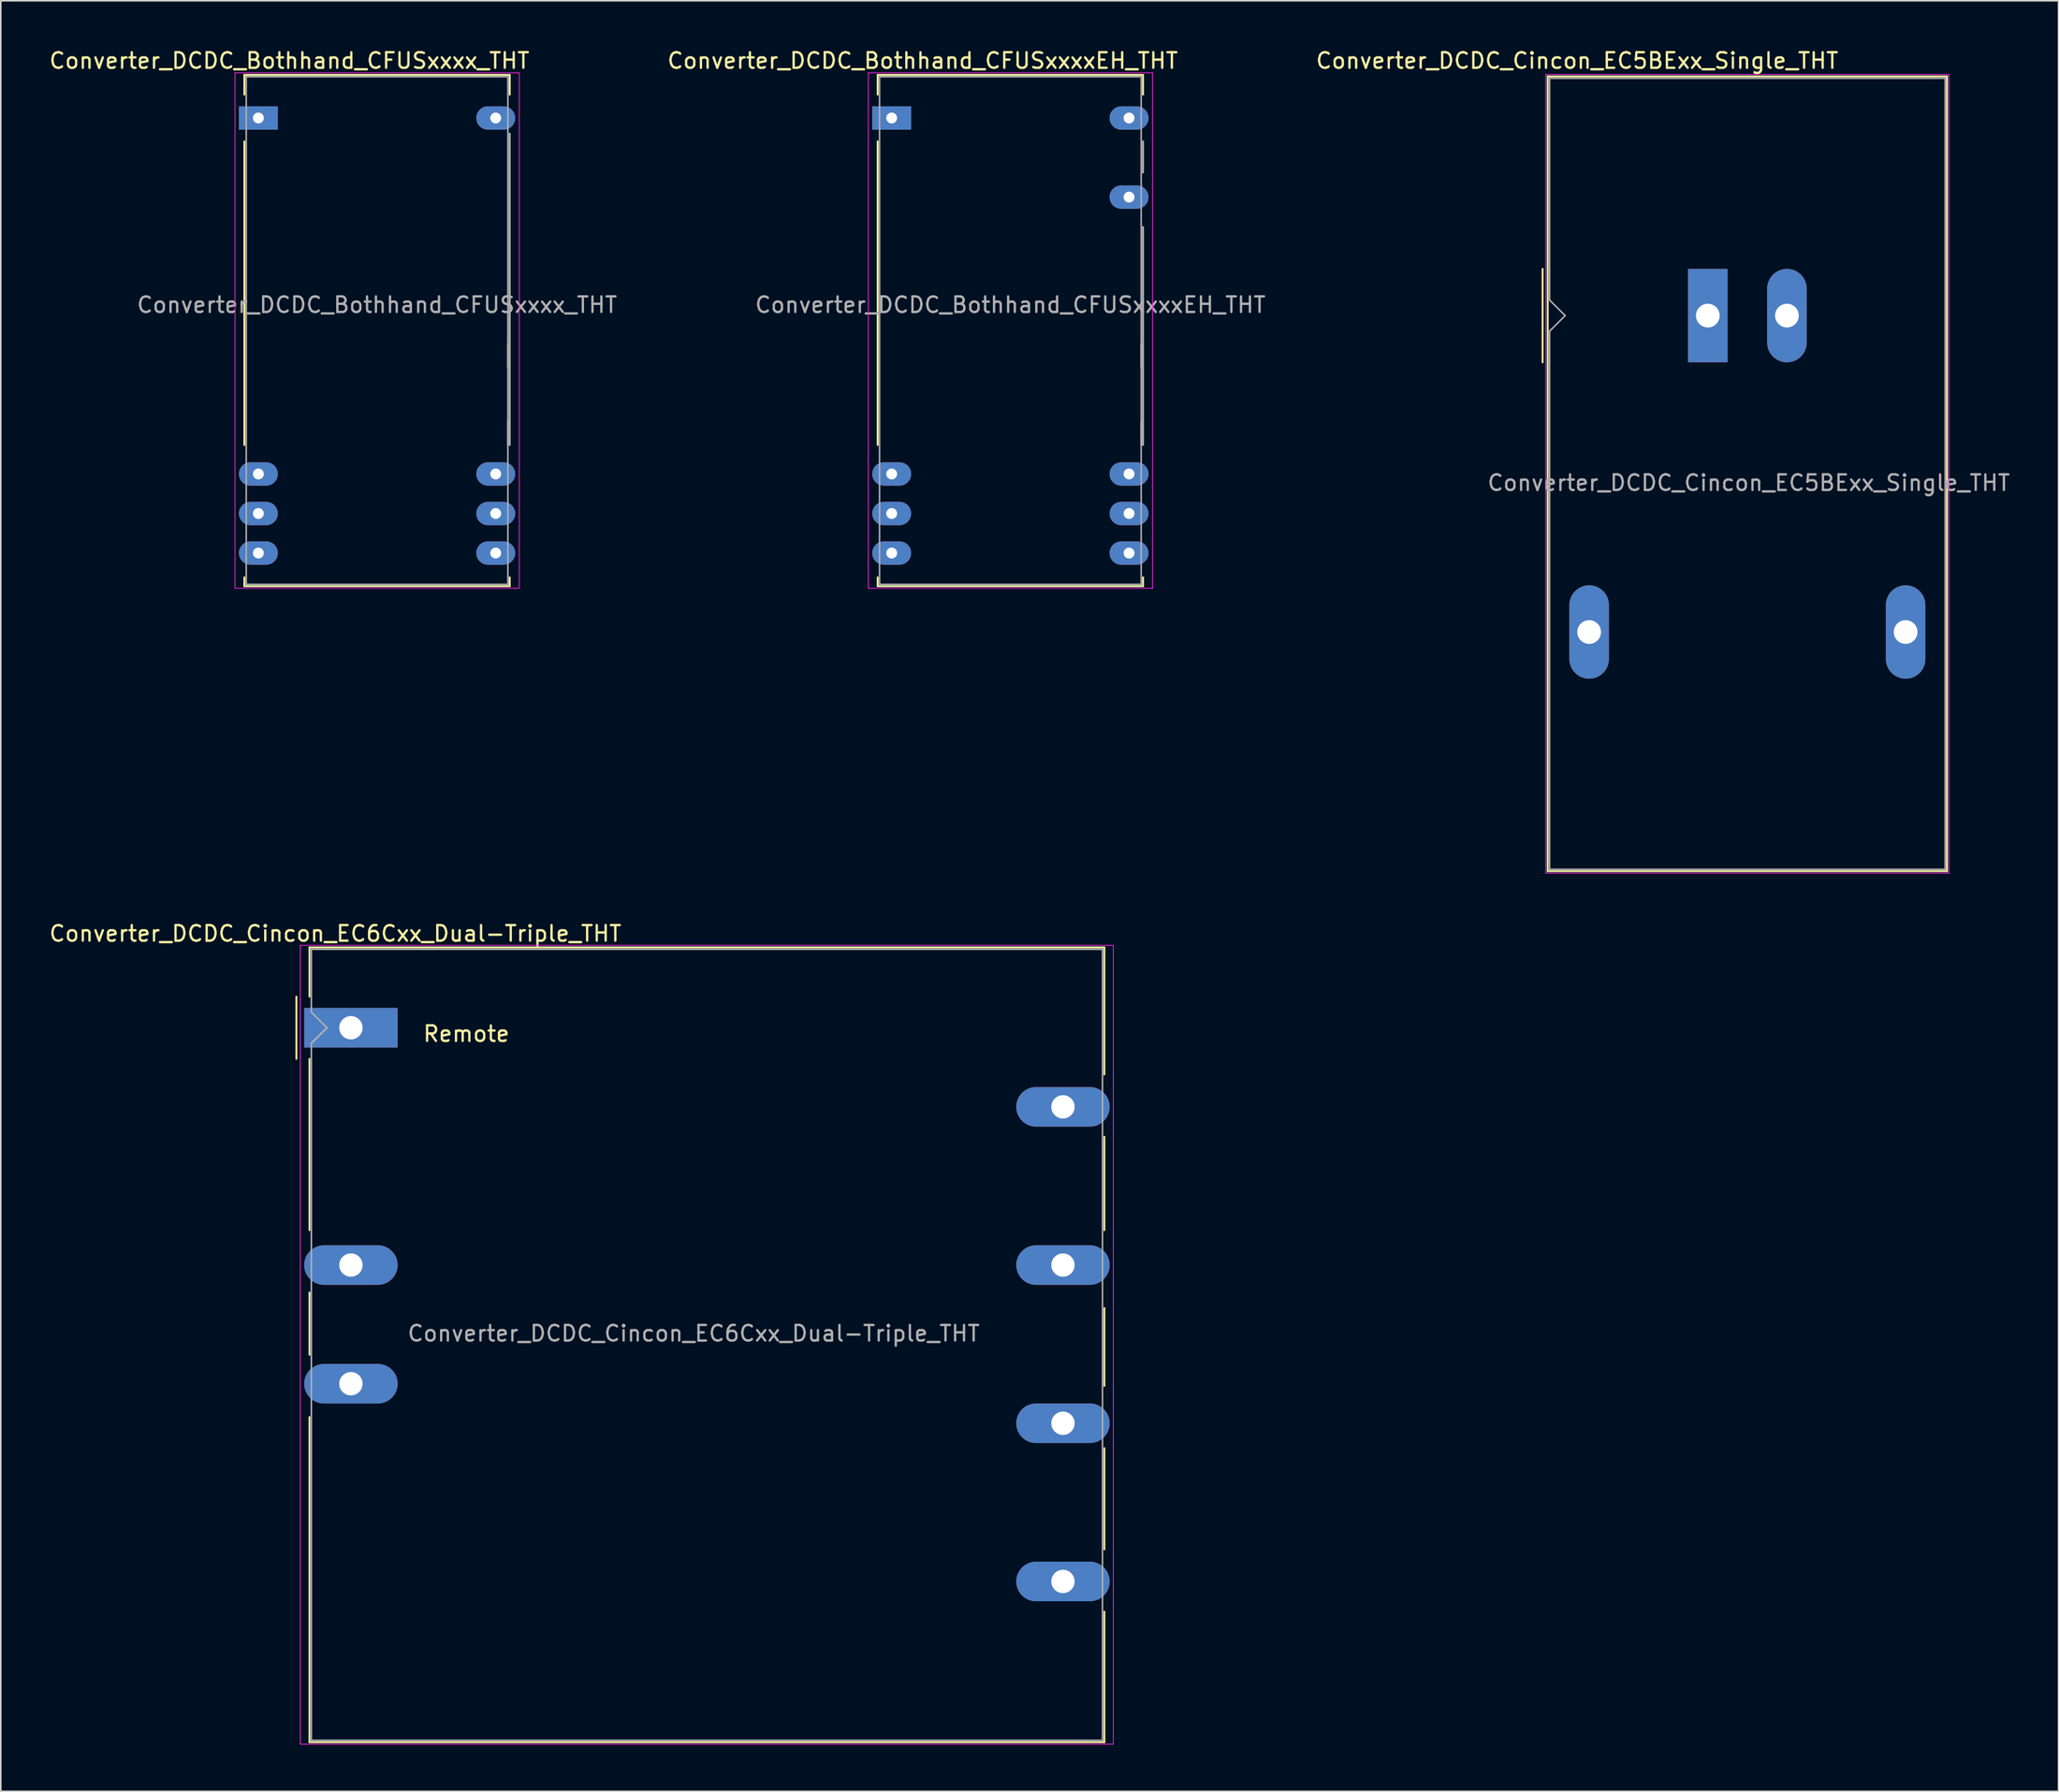
<source format=kicad_pcb>
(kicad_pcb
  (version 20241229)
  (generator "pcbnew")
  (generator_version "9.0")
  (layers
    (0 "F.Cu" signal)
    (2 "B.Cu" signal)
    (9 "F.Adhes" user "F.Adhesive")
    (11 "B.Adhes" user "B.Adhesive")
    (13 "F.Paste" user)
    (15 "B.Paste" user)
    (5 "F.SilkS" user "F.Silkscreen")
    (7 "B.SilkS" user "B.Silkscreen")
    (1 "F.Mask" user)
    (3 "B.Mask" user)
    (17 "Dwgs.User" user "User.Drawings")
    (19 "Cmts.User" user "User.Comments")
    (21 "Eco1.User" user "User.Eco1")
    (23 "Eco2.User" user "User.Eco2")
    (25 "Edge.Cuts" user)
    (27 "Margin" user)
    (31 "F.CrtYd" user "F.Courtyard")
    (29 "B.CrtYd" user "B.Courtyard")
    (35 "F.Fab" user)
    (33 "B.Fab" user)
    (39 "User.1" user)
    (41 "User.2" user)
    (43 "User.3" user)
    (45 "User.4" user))
  (footprint "Converter_DCDC_Bothhand_CFUSxxxxEH_THT"
    (layer "F.Cu")
    (at 54.205 4.528)
    (property "Reference" "Converter_DCDC_Bothhand_CFUSxxxxEH_THT" (at 1.99 -3.68 0) (layer "F.SilkS") (effects (font (size 1 1) (thickness 0.15))))
    (attr through_hole)
    (fp_line (start -0.9 -2.77) (end 16.14 -2.77) (stroke (width 0.12) (type solid)) (layer "F.SilkS"))
    (fp_line (start -0.9 -1.5) (end -0.9 -2.77) (stroke (width 0.12) (type solid)) (layer "F.SilkS"))
    (fp_line (start -0.9 1.5) (end -0.9 21) (stroke (width 0.12) (type solid)) (layer "F.SilkS"))
    (fp_line (start -0.9 29.5) (end -0.9 30.07) (stroke (width 0.12) (type solid)) (layer "F.SilkS"))
    (fp_line (start -0.9 30.07) (end 16.14 30.07) (stroke (width 0.12) (type solid)) (layer "F.SilkS"))
    (fp_line (start 16.14 -2.77) (end 16.14 -1.5) (stroke (width 0.12) (type solid)) (layer "F.SilkS"))
    (fp_line (start 16.14 30.07) (end 16.14 29.5) (stroke (width 0.12) (type solid)) (layer "F.SilkS"))
    (fp_line (start -1.5 -2.9) (end -1.5 30.2) (stroke (width 0.05) (type solid)) (layer "F.CrtYd"))
    (fp_line (start -1.5 -2.9) (end 16.75 -2.9) (stroke (width 0.05) (type solid)) (layer "F.CrtYd"))
    (fp_line (start -1.5 30.2) (end 16.75 30.2) (stroke (width 0.05) (type solid)) (layer "F.CrtYd"))
    (fp_line (start 16.75 -2.9) (end 16.75 30.2) (stroke (width 0.05) (type solid)) (layer "F.CrtYd"))
    (fp_line (start -0.78 -2.65) (end 16.02 -2.65) (stroke (width 0.1) (type solid)) (layer "F.Fab"))
    (fp_line (start -0.78 29.95) (end -0.78 -2.65) (stroke (width 0.1) (type solid)) (layer "F.Fab"))
    (fp_line (start 16.02 -2.65) (end 16.02 29.95) (stroke (width 0.1) (type solid)) (layer "F.Fab"))
    (fp_line (start 16.02 14.5) (end 16.02 16) (stroke (width 0.1) (type solid)) (layer "F.Fab"))
    (fp_line (start 16.02 19.5) (end 16.02 21) (stroke (width 0.1) (type solid)) (layer "F.Fab"))
    (fp_line (start 16.02 29.95) (end -0.78 29.95) (stroke (width 0.1) (type solid)) (layer "F.Fab"))
    (fp_line (start 16.14 1.5) (end 16.14 3.5) (stroke (width 0.12) (type solid)) (layer "F.Fab"))
    (fp_line (start 16.14 7) (end 16.14 21) (stroke (width 0.12) (type solid)) (layer "F.Fab"))
    (fp_text user "${REFERENCE}" (at 7.62 12 0) (layer "F.Fab") (effects (font (size 1 1) (thickness 0.15))))
    (pad "1" thru_hole rect (at 0 0) (size 2.5 1.5) (drill 0.7) (layers "*.Cu" "*.Mask"))
    (pad "10" thru_hole oval (at 0 22.86) (size 2.5 1.5) (drill 0.7) (layers "*.Cu" "*.Mask"))
    (pad "11" thru_hole oval (at 0 25.4) (size 2.5 1.5) (drill 0.7) (layers "*.Cu" "*.Mask"))
    (pad "12" thru_hole oval (at 0 27.94) (size 2.5 1.5) (drill 0.7) (layers "*.Cu" "*.Mask"))
    (pad "13" thru_hole oval (at 15.24 27.94) (size 2.5 1.5) (drill 0.7) (layers "*.Cu" "*.Mask"))
    (pad "14" thru_hole oval (at 15.24 25.4) (size 2.5 1.5) (drill 0.7) (layers "*.Cu" "*.Mask"))
    (pad "15" thru_hole oval (at 15.24 22.86) (size 2.5 1.5) (drill 0.7) (layers "*.Cu" "*.Mask"))
    (pad "22" thru_hole oval (at 15.24 5.08) (size 2.5 1.5) (drill 0.7) (layers "*.Cu" "*.Mask"))
    (pad "24" thru_hole oval (at 15.24 0) (size 2.5 1.5) (drill 0.7) (layers "*.Cu" "*.Mask")))
  (footprint "Converter_DCDC_Cincon_EC6Cxx_Dual-Triple_THT"
    (layer "F.Cu")
    (at 19.482 62.952)
    (property "Reference" "Converter_DCDC_Cincon_EC6Cxx_Dual-Triple_THT" (at -1 -6.05 0) (layer "F.SilkS") (effects (font (size 1 1) (thickness 0.15))))
    (attr through_hole)
    (fp_line (start -3.5 -2) (end -3.5 2) (stroke (width 0.12) (type solid)) (layer "F.SilkS"))
    (fp_line (start -2.66 -5.16) (end 48.38 -5.16) (stroke (width 0.12) (type solid)) (layer "F.SilkS"))
    (fp_line (start -2.66 -2) (end -2.66 -5.16) (stroke (width 0.12) (type solid)) (layer "F.SilkS"))
    (fp_line (start -2.66 2) (end -2.66 13) (stroke (width 0.12) (type solid)) (layer "F.SilkS"))
    (fp_line (start -2.66 17) (end -2.66 21) (stroke (width 0.12) (type solid)) (layer "F.SilkS"))
    (fp_line (start -2.66 25) (end -2.66 45.88) (stroke (width 0.12) (type solid)) (layer "F.SilkS"))
    (fp_line (start 48.38 -5.16) (end 48.38 3) (stroke (width 0.12) (type solid)) (layer "F.SilkS"))
    (fp_line (start 48.38 7) (end 48.38 13) (stroke (width 0.12) (type solid)) (layer "F.SilkS"))
    (fp_line (start 48.38 18) (end 48.38 23) (stroke (width 0.12) (type solid)) (layer "F.SilkS"))
    (fp_line (start 48.38 27) (end 48.38 33.5) (stroke (width 0.12) (type solid)) (layer "F.SilkS"))
    (fp_line (start 48.38 45.88) (end -2.66 45.88) (stroke (width 0.12) (type solid)) (layer "F.SilkS"))
    (fp_line (start 48.38 45.88) (end 48.38 37.5) (stroke (width 0.12) (type solid)) (layer "F.SilkS"))
    (fp_line (start -3.25 -5.29) (end -3.25 46.01) (stroke (width 0.05) (type solid)) (layer "F.CrtYd"))
    (fp_line (start -3.25 -5.29) (end 48.95 -5.29) (stroke (width 0.05) (type solid)) (layer "F.CrtYd"))
    (fp_line (start -3.25 46.01) (end 48.95 46.01) (stroke (width 0.05) (type solid)) (layer "F.CrtYd"))
    (fp_line (start 48.95 -5.29) (end 48.95 46.01) (stroke (width 0.05) (type solid)) (layer "F.CrtYd"))
    (fp_line (start -2.54 -5.04) (end 48.26 -5.04) (stroke (width 0.1) (type solid)) (layer "F.Fab"))
    (fp_line (start -2.54 -1) (end -2.54 -5.04) (stroke (width 0.1) (type solid)) (layer "F.Fab"))
    (fp_line (start -2.54 -1) (end -1.54 0) (stroke (width 0.1) (type solid)) (layer "F.Fab"))
    (fp_line (start -2.54 45.76) (end -2.54 1) (stroke (width 0.1) (type solid)) (layer "F.Fab"))
    (fp_line (start -1.54 0) (end -2.54 1) (stroke (width 0.12) (type solid)) (layer "F.Fab"))
    (fp_line (start 48.26 45.76) (end -2.54 45.76) (stroke (width 0.1) (type solid)) (layer "F.Fab"))
    (fp_line (start 48.26 45.76) (end 48.26 -5.04) (stroke (width 0.1) (type solid)) (layer "F.Fab"))
    (fp_text user "Remote" (at 7.414 0.391 0) (layer "F.SilkS") (effects (font (size 1 1) (thickness 0.15))))
    (fp_text user "${REFERENCE}" (at 22.01 19.63 0) (layer "F.Fab") (effects (font (size 1 1) (thickness 0.15))))
    (pad "1" thru_hole rect (at 0 0) (size 5.999 2.54) (drill 1.5) (layers "*.Cu" "*.Mask"))
    (pad "3" thru_hole oval (at 0 15.24) (size 6 2.54) (drill 1.5) (layers "*.Cu" "*.Mask"))
    (pad "4" thru_hole oval (at 0 22.86) (size 6 2.54) (drill 1.5) (layers "*.Cu" "*.Mask"))
    (pad "5" thru_hole oval (at 45.72 5.08) (size 5.999 2.54) (drill 1.5) (layers "*.Cu" "*.Mask"))
    (pad "6" thru_hole oval (at 45.72 15.24) (size 6 2.54) (drill 1.5) (layers "*.Cu" "*.Mask"))
    (pad "7" thru_hole oval (at 45.72 25.4) (size 6 2.54) (drill 1.5) (layers "*.Cu" "*.Mask"))
    (pad "13" thru_hole oval (at 45.72 35.56) (size 6 2.54) (drill 1.5) (layers "*.Cu" "*.Mask")))
  (footprint "Converter_DCDC_Cincon_EC5BExx_Single_THT"
    (layer "F.Cu")
    (at 106.608 17.218)
    (property "Reference" "Converter_DCDC_Cincon_EC5BExx_Single_THT" (at -8.39 -16.37 180) (layer "F.SilkS") (effects (font (size 1 1) (thickness 0.15))))
    (attr through_hole)
    (fp_line (start -10.61 -3) (end -10.61 3) (stroke (width 0.12) (type solid)) (layer "F.SilkS"))
    (fp_line (start -10.28 -15.36) (end 15.36 -15.36) (stroke (width 0.12) (type solid)) (layer "F.SilkS"))
    (fp_line (start -10.28 35.68) (end -10.28 -15.36) (stroke (width 0.12) (type solid)) (layer "F.SilkS"))
    (fp_line (start 15.36 -15.36) (end 15.36 35.68) (stroke (width 0.12) (type solid)) (layer "F.SilkS"))
    (fp_line (start 15.36 35.68) (end -10.28 35.68) (stroke (width 0.12) (type solid)) (layer "F.SilkS"))
    (fp_line (start -10.41 -15.49) (end 15.49 -15.49) (stroke (width 0.05) (type solid)) (layer "F.CrtYd"))
    (fp_line (start -10.41 35.8) (end -10.41 -15.49) (stroke (width 0.05) (type solid)) (layer "F.CrtYd"))
    (fp_line (start -10.41 35.81) (end 15.49 35.81) (stroke (width 0.05) (type solid)) (layer "F.CrtYd"))
    (fp_line (start 15.49 35.81) (end 15.49 -15.49) (stroke (width 0.05) (type solid)) (layer "F.CrtYd"))
    (fp_line (start -10.16 -1) (end -10.16 -15.24) (stroke (width 0.1) (type solid)) (layer "F.Fab"))
    (fp_line (start -10.16 1) (end -10.16 35.56) (stroke (width 0.1) (type solid)) (layer "F.Fab"))
    (fp_line (start -10.16 1) (end -9.16 0) (stroke (width 0.1) (type solid)) (layer "F.Fab"))
    (fp_line (start -10.16 35.56) (end 15.24 35.56) (stroke (width 0.1) (type solid)) (layer "F.Fab"))
    (fp_line (start -9.16 0) (end -10.16 -1) (stroke (width 0.1) (type solid)) (layer "F.Fab"))
    (fp_line (start 2.54 -15.24) (end -10.16 -15.24) (stroke (width 0.1) (type solid)) (layer "F.Fab"))
    (fp_line (start 15.24 -15.24) (end 2.54 -15.24) (stroke (width 0.1) (type solid)) (layer "F.Fab"))
    (fp_line (start 15.24 35.56) (end 15.24 -15.24) (stroke (width 0.1) (type solid)) (layer "F.Fab"))
    (fp_text user "${REFERENCE}" (at 2.63 10.74 0) (layer "F.Fab") (effects (font (size 1 1) (thickness 0.15))))
    (pad "1" thru_hole rect (at 0 0 90) (size 5.994 2.54) (drill 1.524) (layers "*.Cu" "*.Mask"))
    (pad "2" thru_hole oval (at 5.08 0 90) (size 6 2.54) (drill 1.524) (layers "*.Cu" "*.Mask"))
    (pad "3" thru_hole oval (at -7.62 20.32 90) (size 6 2.54) (drill 1.524) (layers "*.Cu" "*.Mask"))
    (pad "5" thru_hole oval (at 12.7 20.32 90) (size 6 2.54) (drill 1.524) (layers "*.Cu" "*.Mask")))
  (footprint "Converter_DCDC_Bothhand_CFUSxxxx_THT"
    (layer "F.Cu")
    (at 13.54 4.528)
    (property "Reference" "Converter_DCDC_Bothhand_CFUSxxxx_THT" (at 1.99 -3.68 0) (layer "F.SilkS") (effects (font (size 1 1) (thickness 0.15))))
    (attr through_hole)
    (fp_line (start -0.9 -2.77) (end 16.14 -2.77) (stroke (width 0.12) (type solid)) (layer "F.SilkS"))
    (fp_line (start -0.9 -1.5) (end -0.9 -2.77) (stroke (width 0.12) (type solid)) (layer "F.SilkS"))
    (fp_line (start -0.9 1.5) (end -0.9 21) (stroke (width 0.12) (type solid)) (layer "F.SilkS"))
    (fp_line (start -0.9 29.5) (end -0.9 30.07) (stroke (width 0.12) (type solid)) (layer "F.SilkS"))
    (fp_line (start -0.9 30.07) (end 16.14 30.07) (stroke (width 0.12) (type solid)) (layer "F.SilkS"))
    (fp_line (start 16.14 -2.77) (end 16.14 -1.5) (stroke (width 0.12) (type solid)) (layer "F.SilkS"))
    (fp_line (start 16.14 30.07) (end 16.14 29.5) (stroke (width 0.12) (type solid)) (layer "F.SilkS"))
    (fp_line (start -1.5 -2.9) (end -1.5 30.2) (stroke (width 0.05) (type solid)) (layer "F.CrtYd"))
    (fp_line (start -1.5 -2.9) (end 16.75 -2.9) (stroke (width 0.05) (type solid)) (layer "F.CrtYd"))
    (fp_line (start -1.5 30.2) (end 16.75 30.2) (stroke (width 0.05) (type solid)) (layer "F.CrtYd"))
    (fp_line (start 16.75 -2.9) (end 16.75 30.2) (stroke (width 0.05) (type solid)) (layer "F.CrtYd"))
    (fp_line (start -0.78 -2.65) (end 16.02 -2.65) (stroke (width 0.1) (type solid)) (layer "F.Fab"))
    (fp_line (start -0.78 29.95) (end -0.78 -2.65) (stroke (width 0.1) (type solid)) (layer "F.Fab"))
    (fp_line (start 16.02 -2.65) (end 16.02 29.95) (stroke (width 0.1) (type solid)) (layer "F.Fab"))
    (fp_line (start 16.02 14.5) (end 16.02 16) (stroke (width 0.1) (type solid)) (layer "F.Fab"))
    (fp_line (start 16.02 19.5) (end 16.02 21) (stroke (width 0.1) (type solid)) (layer "F.Fab"))
    (fp_line (start 16.02 29.95) (end -0.78 29.95) (stroke (width 0.1) (type solid)) (layer "F.Fab"))
    (fp_line (start 16.14 1) (end 16.14 21) (stroke (width 0.12) (type solid)) (layer "F.Fab"))
    (fp_text user "${REFERENCE}" (at 7.62 12 0) (layer "F.Fab") (effects (font (size 1 1) (thickness 0.15))))
    (pad "1" thru_hole rect (at 0 0) (size 2.5 1.5) (drill 0.7) (layers "*.Cu" "*.Mask"))
    (pad "10" thru_hole oval (at 0 22.86) (size 2.5 1.5) (drill 0.7) (layers "*.Cu" "*.Mask"))
    (pad "11" thru_hole oval (at 0 25.4) (size 2.5 1.5) (drill 0.7) (layers "*.Cu" "*.Mask"))
    (pad "12" thru_hole oval (at 0 27.94) (size 2.5 1.5) (drill 0.7) (layers "*.Cu" "*.Mask"))
    (pad "13" thru_hole oval (at 15.24 27.94) (size 2.5 1.5) (drill 0.7) (layers "*.Cu" "*.Mask"))
    (pad "14" thru_hole oval (at 15.24 25.4) (size 2.5 1.5) (drill 0.7) (layers "*.Cu" "*.Mask"))
    (pad "15" thru_hole oval (at 15.24 22.86) (size 2.5 1.5) (drill 0.7) (layers "*.Cu" "*.Mask"))
    (pad "24" thru_hole oval (at 15.24 0) (size 2.5 1.5) (drill 0.7) (layers "*.Cu" "*.Mask")))
  (gr_rect
    (start -3 -3)
    (end 129.125 111.987)
    (stroke (width 0.1) (type default))
    (fill no)
    (layer "Edge.Cuts")))
</source>
